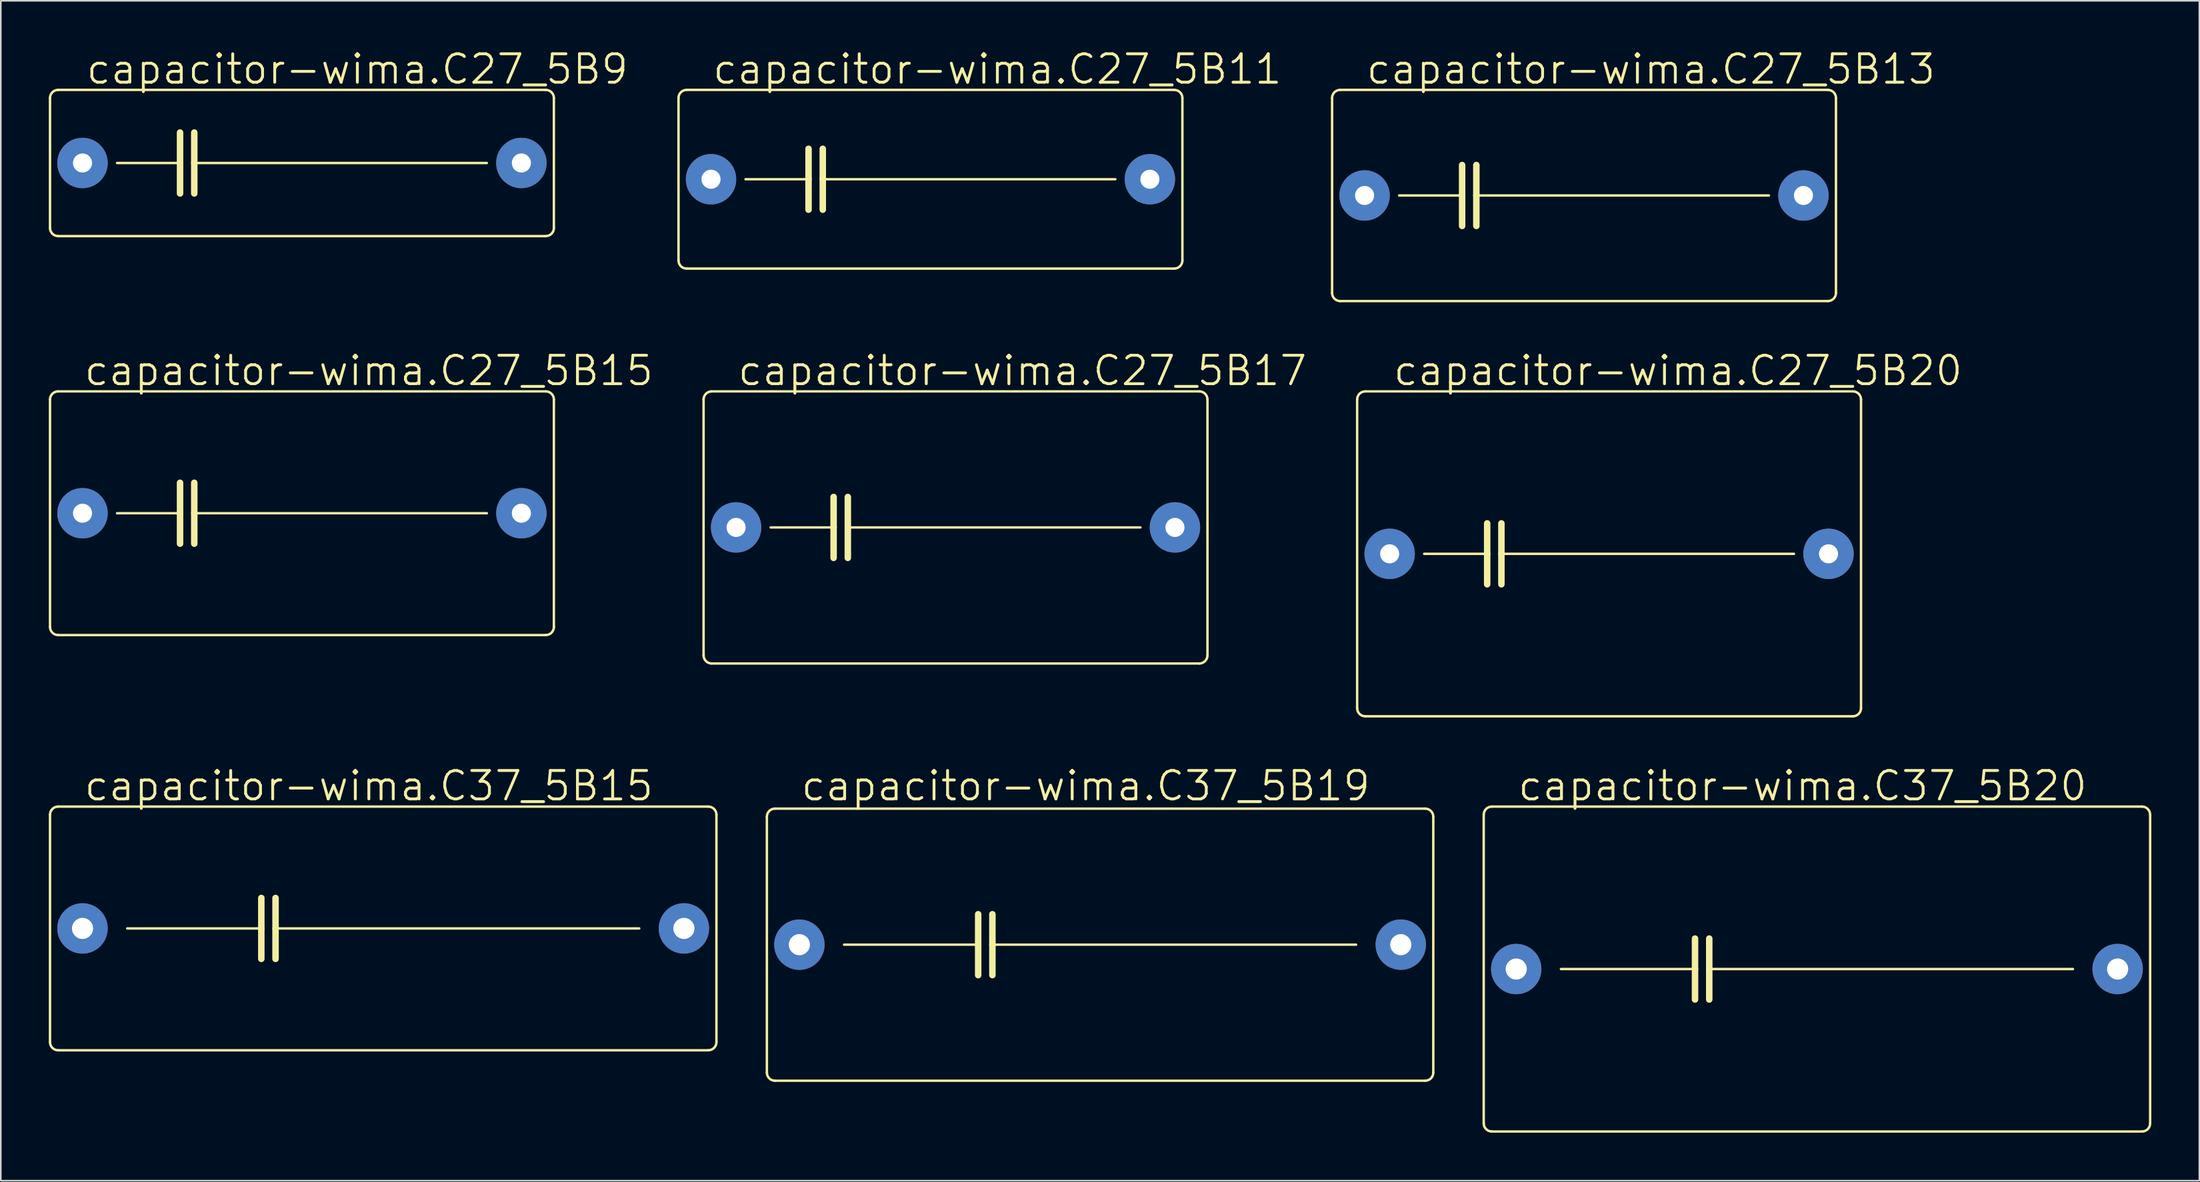
<source format=kicad_pcb>
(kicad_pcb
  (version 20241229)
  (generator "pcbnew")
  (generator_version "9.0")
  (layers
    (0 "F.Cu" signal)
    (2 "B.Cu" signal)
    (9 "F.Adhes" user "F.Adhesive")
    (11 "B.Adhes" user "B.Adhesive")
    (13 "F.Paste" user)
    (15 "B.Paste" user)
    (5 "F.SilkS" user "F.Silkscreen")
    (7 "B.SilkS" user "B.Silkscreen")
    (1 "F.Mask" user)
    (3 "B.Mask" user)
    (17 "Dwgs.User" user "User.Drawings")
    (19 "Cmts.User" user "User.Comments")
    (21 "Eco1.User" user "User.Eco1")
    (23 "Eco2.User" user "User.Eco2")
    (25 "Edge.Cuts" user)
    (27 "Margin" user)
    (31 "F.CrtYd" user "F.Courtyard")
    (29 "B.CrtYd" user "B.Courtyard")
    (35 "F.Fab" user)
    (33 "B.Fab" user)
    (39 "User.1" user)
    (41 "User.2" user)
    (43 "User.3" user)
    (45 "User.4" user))
  (footprint "capacitor-wima.C27_5B20"
    (layer "F.Cu")
    (at 97.529 31.588)
    (property "Reference" "capacitor-wima.C27_5B20" (at -13.589 -10.414 0) (layer "F.SilkS") (effects (font (size 1.778 1.778) (thickness 0.18)) (justify left bottom)))
    (attr through_hole)
    (fp_line (start -15.748 9.652) (end -15.748 -9.652) (stroke (width 0.152) (type default)) (layer "F.SilkS"))
    (fp_line (start -15.24 -10.16) (end 15.24 -10.16) (stroke (width 0.152) (type default)) (layer "F.SilkS"))
    (fp_line (start -11.557 0) (end -7.62 0) (stroke (width 0.152) (type default)) (layer "F.SilkS"))
    (fp_line (start -7.62 -1.905) (end -7.62 0) (stroke (width 0.406) (type default)) (layer "F.SilkS"))
    (fp_line (start -7.62 0) (end -7.62 1.905) (stroke (width 0.406) (type default)) (layer "F.SilkS"))
    (fp_line (start -6.731 -1.905) (end -6.731 0) (stroke (width 0.406) (type default)) (layer "F.SilkS"))
    (fp_line (start -6.731 0) (end -6.731 1.905) (stroke (width 0.406) (type default)) (layer "F.SilkS"))
    (fp_line (start -6.731 0) (end 11.557 0) (stroke (width 0.152) (type default)) (layer "F.SilkS"))
    (fp_line (start 15.24 10.16) (end -15.24 10.16) (stroke (width 0.152) (type default)) (layer "F.SilkS"))
    (fp_line (start 15.748 -9.652) (end 15.748 9.652) (stroke (width 0.152) (type default)) (layer "F.SilkS"))
    (fp_arc (start -15.748 -9.652) (mid -15.59921 -10.01121) (end -15.24 -10.16) (stroke (width 0.1524) (type default)) (layer "F.SilkS"))
    (fp_arc (start -15.24 10.16) (mid -15.59921 10.01121) (end -15.748 9.652) (stroke (width 0.1524) (type default)) (layer "F.SilkS"))
    (fp_arc (start 15.24 -10.16) (mid 15.59921 -10.01121) (end 15.748 -9.652) (stroke (width 0.1524) (type default)) (layer "F.SilkS"))
    (fp_arc (start 15.748 9.652) (mid 15.59921 10.01121) (end 15.24 10.16) (stroke (width 0.1524) (type default)) (layer "F.SilkS"))
    (pad "1" thru_hole circle (at -13.716 0) (size 3.15 3.15) (drill 1.194) (layers "*.Cu" "*.Mask"))
    (pad "2" thru_hole circle (at 13.716 0) (size 3.15 3.15) (drill 1.194) (layers "*.Cu" "*.Mask")))
  (footprint "capacitor-wima.C27_5B13"
    (layer "F.Cu")
    (at 95.963 9.176)
    (property "Reference" "capacitor-wima.C27_5B13" (at -13.716 -6.858 0) (layer "F.SilkS") (effects (font (size 1.778 1.778) (thickness 0.18)) (justify left bottom)))
    (attr through_hole)
    (fp_line (start -15.748 6.096) (end -15.748 -6.096) (stroke (width 0.152) (type default)) (layer "F.SilkS"))
    (fp_line (start -15.24 -6.604) (end 15.24 -6.604) (stroke (width 0.152) (type default)) (layer "F.SilkS"))
    (fp_line (start -11.557 0) (end -7.62 0) (stroke (width 0.152) (type default)) (layer "F.SilkS"))
    (fp_line (start -7.62 -1.905) (end -7.62 0) (stroke (width 0.406) (type default)) (layer "F.SilkS"))
    (fp_line (start -7.62 0) (end -7.62 1.905) (stroke (width 0.406) (type default)) (layer "F.SilkS"))
    (fp_line (start -6.731 -1.905) (end -6.731 0) (stroke (width 0.406) (type default)) (layer "F.SilkS"))
    (fp_line (start -6.731 0) (end -6.731 1.905) (stroke (width 0.406) (type default)) (layer "F.SilkS"))
    (fp_line (start -6.731 0) (end 11.557 0) (stroke (width 0.152) (type default)) (layer "F.SilkS"))
    (fp_line (start 15.24 6.604) (end -15.24 6.604) (stroke (width 0.152) (type default)) (layer "F.SilkS"))
    (fp_line (start 15.748 -6.096) (end 15.748 6.096) (stroke (width 0.152) (type default)) (layer "F.SilkS"))
    (fp_arc (start -15.748 -6.096) (mid -15.59921 -6.45521) (end -15.24 -6.604) (stroke (width 0.1524) (type default)) (layer "F.SilkS"))
    (fp_arc (start -15.24 6.604) (mid -15.59921 6.45521) (end -15.748 6.096) (stroke (width 0.1524) (type default)) (layer "F.SilkS"))
    (fp_arc (start 15.24 -6.604) (mid 15.59921 -6.45521) (end 15.748 -6.096) (stroke (width 0.1524) (type default)) (layer "F.SilkS"))
    (fp_arc (start 15.748 6.096) (mid 15.59921 6.45521) (end 15.24 6.604) (stroke (width 0.1524) (type default)) (layer "F.SilkS"))
    (pad "1" thru_hole circle (at -13.716 0) (size 3.15 3.15) (drill 1.194) (layers "*.Cu" "*.Mask"))
    (pad "2" thru_hole circle (at 13.716 0) (size 3.15 3.15) (drill 1.194) (layers "*.Cu" "*.Mask")))
  (footprint "capacitor-wima.C27_5B17"
    (layer "F.Cu")
    (at 56.677 29.937)
    (property "Reference" "capacitor-wima.C27_5B17" (at -13.716 -8.763 0) (layer "F.SilkS") (effects (font (size 1.778 1.778) (thickness 0.18)) (justify left bottom)))
    (attr through_hole)
    (fp_line (start -15.748 8.001) (end -15.748 -8.001) (stroke (width 0.152) (type default)) (layer "F.SilkS"))
    (fp_line (start -15.24 -8.509) (end 15.24 -8.509) (stroke (width 0.152) (type default)) (layer "F.SilkS"))
    (fp_line (start -11.557 0) (end -7.62 0) (stroke (width 0.152) (type default)) (layer "F.SilkS"))
    (fp_line (start -7.62 -1.905) (end -7.62 0) (stroke (width 0.406) (type default)) (layer "F.SilkS"))
    (fp_line (start -7.62 0) (end -7.62 1.905) (stroke (width 0.406) (type default)) (layer "F.SilkS"))
    (fp_line (start -6.731 -1.905) (end -6.731 0) (stroke (width 0.406) (type default)) (layer "F.SilkS"))
    (fp_line (start -6.731 0) (end -6.731 1.905) (stroke (width 0.406) (type default)) (layer "F.SilkS"))
    (fp_line (start -6.731 0) (end 11.557 0) (stroke (width 0.152) (type default)) (layer "F.SilkS"))
    (fp_line (start 15.24 8.509) (end -15.24 8.509) (stroke (width 0.152) (type default)) (layer "F.SilkS"))
    (fp_line (start 15.748 -8.001) (end 15.748 8.001) (stroke (width 0.152) (type default)) (layer "F.SilkS"))
    (fp_arc (start -15.748 -8.001) (mid -15.59921 -8.36021) (end -15.24 -8.509) (stroke (width 0.1524) (type default)) (layer "F.SilkS"))
    (fp_arc (start -15.24 8.509) (mid -15.59921 8.36021) (end -15.748 8.001) (stroke (width 0.1524) (type default)) (layer "F.SilkS"))
    (fp_arc (start 15.24 -8.509) (mid 15.59921 -8.36021) (end 15.748 -8.001) (stroke (width 0.1524) (type default)) (layer "F.SilkS"))
    (fp_arc (start 15.748 8.001) (mid 15.59921 8.36021) (end 15.24 8.509) (stroke (width 0.1524) (type default)) (layer "F.SilkS"))
    (pad "1" thru_hole circle (at -13.716 0) (size 3.15 3.15) (drill 1.194) (layers "*.Cu" "*.Mask"))
    (pad "2" thru_hole circle (at 13.716 0) (size 3.15 3.15) (drill 1.194) (layers "*.Cu" "*.Mask")))
  (footprint "capacitor-wima.C27_5B11"
    (layer "F.Cu")
    (at 55.11 8.16)
    (property "Reference" "capacitor-wima.C27_5B11" (at -13.716 -5.842 0) (layer "F.SilkS") (effects (font (size 1.778 1.778) (thickness 0.18)) (justify left bottom)))
    (attr through_hole)
    (fp_line (start -15.748 5.08) (end -15.748 -5.08) (stroke (width 0.152) (type default)) (layer "F.SilkS"))
    (fp_line (start -15.24 -5.588) (end 15.24 -5.588) (stroke (width 0.152) (type default)) (layer "F.SilkS"))
    (fp_line (start -11.557 0) (end -7.62 0) (stroke (width 0.152) (type default)) (layer "F.SilkS"))
    (fp_line (start -7.62 -1.905) (end -7.62 0) (stroke (width 0.406) (type default)) (layer "F.SilkS"))
    (fp_line (start -7.62 0) (end -7.62 1.905) (stroke (width 0.406) (type default)) (layer "F.SilkS"))
    (fp_line (start -6.731 -1.905) (end -6.731 0) (stroke (width 0.406) (type default)) (layer "F.SilkS"))
    (fp_line (start -6.731 0) (end -6.731 1.905) (stroke (width 0.406) (type default)) (layer "F.SilkS"))
    (fp_line (start -6.731 0) (end 11.557 0) (stroke (width 0.152) (type default)) (layer "F.SilkS"))
    (fp_line (start 15.24 5.588) (end -15.24 5.588) (stroke (width 0.152) (type default)) (layer "F.SilkS"))
    (fp_line (start 15.748 -5.08) (end 15.748 5.08) (stroke (width 0.152) (type default)) (layer "F.SilkS"))
    (fp_arc (start -15.748 -5.08) (mid -15.59921 -5.43921) (end -15.24 -5.588) (stroke (width 0.1524) (type default)) (layer "F.SilkS"))
    (fp_arc (start -15.24 5.588) (mid -15.59921 5.43921) (end -15.748 5.08) (stroke (width 0.1524) (type default)) (layer "F.SilkS"))
    (fp_arc (start 15.24 -5.588) (mid 15.59921 -5.43921) (end 15.748 -5.08) (stroke (width 0.1524) (type default)) (layer "F.SilkS"))
    (fp_arc (start 15.748 5.08) (mid 15.59921 5.43921) (end 15.24 5.588) (stroke (width 0.1524) (type default)) (layer "F.SilkS"))
    (pad "1" thru_hole circle (at -13.716 0) (size 3.15 3.15) (drill 1.194) (layers "*.Cu" "*.Mask"))
    (pad "2" thru_hole circle (at 13.716 0) (size 3.15 3.15) (drill 1.194) (layers "*.Cu" "*.Mask")))
  (footprint "capacitor-wima.C27_5B9"
    (layer "F.Cu")
    (at 15.824 7.144)
    (property "Reference" "capacitor-wima.C27_5B9" (at -13.589 -4.826 0) (layer "F.SilkS") (effects (font (size 1.778 1.778) (thickness 0.18)) (justify left bottom)))
    (attr through_hole)
    (fp_line (start -15.748 4.064) (end -15.748 -4.064) (stroke (width 0.152) (type default)) (layer "F.SilkS"))
    (fp_line (start -15.24 -4.572) (end 15.24 -4.572) (stroke (width 0.152) (type default)) (layer "F.SilkS"))
    (fp_line (start -11.557 0) (end -7.62 0) (stroke (width 0.152) (type default)) (layer "F.SilkS"))
    (fp_line (start -7.62 -1.905) (end -7.62 0) (stroke (width 0.406) (type default)) (layer "F.SilkS"))
    (fp_line (start -7.62 0) (end -7.62 1.905) (stroke (width 0.406) (type default)) (layer "F.SilkS"))
    (fp_line (start -6.731 -1.905) (end -6.731 0) (stroke (width 0.406) (type default)) (layer "F.SilkS"))
    (fp_line (start -6.731 0) (end -6.731 1.905) (stroke (width 0.406) (type default)) (layer "F.SilkS"))
    (fp_line (start -6.731 0) (end 11.557 0) (stroke (width 0.152) (type default)) (layer "F.SilkS"))
    (fp_line (start 15.24 4.572) (end -15.24 4.572) (stroke (width 0.152) (type default)) (layer "F.SilkS"))
    (fp_line (start 15.748 -4.064) (end 15.748 4.064) (stroke (width 0.152) (type default)) (layer "F.SilkS"))
    (fp_arc (start -15.748 -4.064) (mid -15.59921 -4.42321) (end -15.24 -4.572) (stroke (width 0.1524) (type default)) (layer "F.SilkS"))
    (fp_arc (start -15.24 4.572) (mid -15.59921 4.42321) (end -15.748 4.064) (stroke (width 0.1524) (type default)) (layer "F.SilkS"))
    (fp_arc (start 15.24 -4.572) (mid 15.59921 -4.42321) (end 15.748 -4.064) (stroke (width 0.1524) (type default)) (layer "F.SilkS"))
    (fp_arc (start 15.748 4.064) (mid 15.59921 4.42321) (end 15.24 4.572) (stroke (width 0.1524) (type default)) (layer "F.SilkS"))
    (pad "1" thru_hole circle (at -13.716 0) (size 3.15 3.15) (drill 1.194) (layers "*.Cu" "*.Mask"))
    (pad "2" thru_hole circle (at 13.716 0) (size 3.15 3.15) (drill 1.194) (layers "*.Cu" "*.Mask")))
  (footprint "capacitor-wima.C37_5B15"
    (layer "F.Cu")
    (at 20.904 55.016)
    (property "Reference" "capacitor-wima.C37_5B15" (at -18.796 -7.874 0) (layer "F.SilkS") (effects (font (size 1.778 1.778) (thickness 0.18)) (justify left bottom)))
    (attr through_hole)
    (fp_line (start -20.828 7.112) (end -20.828 -7.112) (stroke (width 0.152) (type default)) (layer "F.SilkS"))
    (fp_line (start -20.32 -7.62) (end 20.32 -7.62) (stroke (width 0.152) (type default)) (layer "F.SilkS"))
    (fp_line (start -16.002 0) (end -7.62 0) (stroke (width 0.152) (type default)) (layer "F.SilkS"))
    (fp_line (start -7.62 -1.905) (end -7.62 0) (stroke (width 0.406) (type default)) (layer "F.SilkS"))
    (fp_line (start -7.62 0) (end -7.62 1.905) (stroke (width 0.406) (type default)) (layer "F.SilkS"))
    (fp_line (start -6.731 -1.905) (end -6.731 0) (stroke (width 0.406) (type default)) (layer "F.SilkS"))
    (fp_line (start -6.731 0) (end -6.731 1.905) (stroke (width 0.406) (type default)) (layer "F.SilkS"))
    (fp_line (start -6.731 0) (end 16.002 0) (stroke (width 0.152) (type default)) (layer "F.SilkS"))
    (fp_line (start 20.32 7.62) (end -20.32 7.62) (stroke (width 0.152) (type default)) (layer "F.SilkS"))
    (fp_line (start 20.828 -7.112) (end 20.828 7.112) (stroke (width 0.152) (type default)) (layer "F.SilkS"))
    (fp_arc (start -20.828 -7.112) (mid -20.67921 -7.47121) (end -20.32 -7.62) (stroke (width 0.1524) (type default)) (layer "F.SilkS"))
    (fp_arc (start -20.32 7.62) (mid -20.67921 7.47121) (end -20.828 7.112) (stroke (width 0.1524) (type default)) (layer "F.SilkS"))
    (fp_arc (start 20.32 -7.62) (mid 20.67921 -7.47121) (end 20.828 -7.112) (stroke (width 0.1524) (type default)) (layer "F.SilkS"))
    (fp_arc (start 20.828 7.112) (mid 20.67921 7.47121) (end 20.32 7.62) (stroke (width 0.1524) (type default)) (layer "F.SilkS"))
    (pad "1" thru_hole circle (at -18.796 0) (size 3.15 3.15) (drill 1.321) (layers "*.Cu" "*.Mask"))
    (pad "2" thru_hole circle (at 18.796 0) (size 3.15 3.15) (drill 1.321) (layers "*.Cu" "*.Mask")))
  (footprint "capacitor-wima.C27_5B15"
    (layer "F.Cu")
    (at 15.824 29.048)
    (property "Reference" "capacitor-wima.C27_5B15" (at -13.716 -7.874 0) (layer "F.SilkS") (effects (font (size 1.778 1.778) (thickness 0.18)) (justify left bottom)))
    (attr through_hole)
    (fp_line (start -15.748 7.112) (end -15.748 -7.112) (stroke (width 0.152) (type default)) (layer "F.SilkS"))
    (fp_line (start -15.24 -7.62) (end 15.24 -7.62) (stroke (width 0.152) (type default)) (layer "F.SilkS"))
    (fp_line (start -11.557 0) (end -7.62 0) (stroke (width 0.152) (type default)) (layer "F.SilkS"))
    (fp_line (start -7.62 -1.905) (end -7.62 0) (stroke (width 0.406) (type default)) (layer "F.SilkS"))
    (fp_line (start -7.62 0) (end -7.62 1.905) (stroke (width 0.406) (type default)) (layer "F.SilkS"))
    (fp_line (start -6.731 -1.905) (end -6.731 0) (stroke (width 0.406) (type default)) (layer "F.SilkS"))
    (fp_line (start -6.731 0) (end -6.731 1.905) (stroke (width 0.406) (type default)) (layer "F.SilkS"))
    (fp_line (start -6.731 0) (end 11.557 0) (stroke (width 0.152) (type default)) (layer "F.SilkS"))
    (fp_line (start 15.24 7.62) (end -15.24 7.62) (stroke (width 0.152) (type default)) (layer "F.SilkS"))
    (fp_line (start 15.748 -7.112) (end 15.748 7.112) (stroke (width 0.152) (type default)) (layer "F.SilkS"))
    (fp_arc (start -15.748 -7.112) (mid -15.59921 -7.47121) (end -15.24 -7.62) (stroke (width 0.1524) (type default)) (layer "F.SilkS"))
    (fp_arc (start -15.24 7.62) (mid -15.59921 7.47121) (end -15.748 7.112) (stroke (width 0.1524) (type default)) (layer "F.SilkS"))
    (fp_arc (start 15.24 -7.62) (mid 15.59921 -7.47121) (end 15.748 -7.112) (stroke (width 0.1524) (type default)) (layer "F.SilkS"))
    (fp_arc (start 15.748 7.112) (mid 15.59921 7.47121) (end 15.24 7.62) (stroke (width 0.1524) (type default)) (layer "F.SilkS"))
    (pad "1" thru_hole circle (at -13.716 0) (size 3.15 3.15) (drill 1.194) (layers "*.Cu" "*.Mask"))
    (pad "2" thru_hole circle (at 13.716 0) (size 3.15 3.15) (drill 1.194) (layers "*.Cu" "*.Mask")))
  (footprint "capacitor-wima.C37_5B19"
    (layer "F.Cu")
    (at 65.713 56.032)
    (property "Reference" "capacitor-wima.C37_5B19" (at -18.796 -8.89 0) (layer "F.SilkS") (effects (font (size 1.778 1.778) (thickness 0.18)) (justify left bottom)))
    (attr through_hole)
    (fp_line (start -20.828 8.001) (end -20.828 -8.001) (stroke (width 0.152) (type default)) (layer "F.SilkS"))
    (fp_line (start -20.32 -8.509) (end 20.32 -8.509) (stroke (width 0.152) (type default)) (layer "F.SilkS"))
    (fp_line (start -16.002 0) (end -7.62 0) (stroke (width 0.152) (type default)) (layer "F.SilkS"))
    (fp_line (start -7.62 -1.905) (end -7.62 0) (stroke (width 0.406) (type default)) (layer "F.SilkS"))
    (fp_line (start -7.62 0) (end -7.62 1.905) (stroke (width 0.406) (type default)) (layer "F.SilkS"))
    (fp_line (start -6.731 -1.905) (end -6.731 0) (stroke (width 0.406) (type default)) (layer "F.SilkS"))
    (fp_line (start -6.731 0) (end -6.731 1.905) (stroke (width 0.406) (type default)) (layer "F.SilkS"))
    (fp_line (start -6.731 0) (end 16.002 0) (stroke (width 0.152) (type default)) (layer "F.SilkS"))
    (fp_line (start 20.32 8.509) (end -20.32 8.509) (stroke (width 0.152) (type default)) (layer "F.SilkS"))
    (fp_line (start 20.828 -8.001) (end 20.828 8.001) (stroke (width 0.152) (type default)) (layer "F.SilkS"))
    (fp_arc (start -20.828 -8.001) (mid -20.67921 -8.36021) (end -20.32 -8.509) (stroke (width 0.1524) (type default)) (layer "F.SilkS"))
    (fp_arc (start -20.32 8.509) (mid -20.67921 8.36021) (end -20.828 8.001) (stroke (width 0.1524) (type default)) (layer "F.SilkS"))
    (fp_arc (start 20.32 -8.509) (mid 20.67921 -8.36021) (end 20.828 -8.001) (stroke (width 0.1524) (type default)) (layer "F.SilkS"))
    (fp_arc (start 20.828 8.001) (mid 20.67921 8.36021) (end 20.32 8.509) (stroke (width 0.1524) (type default)) (layer "F.SilkS"))
    (pad "1" thru_hole circle (at -18.796 0) (size 3.15 3.15) (drill 1.321) (layers "*.Cu" "*.Mask"))
    (pad "2" thru_hole circle (at 18.796 0) (size 3.15 3.15) (drill 1.321) (layers "*.Cu" "*.Mask")))
  (footprint "capacitor-wima.C37_5B20"
    (layer "F.Cu")
    (at 110.521 57.556)
    (property "Reference" "capacitor-wima.C37_5B20" (at -18.796 -10.414 0) (layer "F.SilkS") (effects (font (size 1.778 1.778) (thickness 0.18)) (justify left bottom)))
    (attr through_hole)
    (fp_line (start -20.828 9.652) (end -20.828 -9.652) (stroke (width 0.152) (type default)) (layer "F.SilkS"))
    (fp_line (start -20.32 -10.16) (end 20.32 -10.16) (stroke (width 0.152) (type default)) (layer "F.SilkS"))
    (fp_line (start -16.002 0) (end -7.62 0) (stroke (width 0.152) (type default)) (layer "F.SilkS"))
    (fp_line (start -7.62 -1.905) (end -7.62 0) (stroke (width 0.406) (type default)) (layer "F.SilkS"))
    (fp_line (start -7.62 0) (end -7.62 1.905) (stroke (width 0.406) (type default)) (layer "F.SilkS"))
    (fp_line (start -6.731 -1.905) (end -6.731 0) (stroke (width 0.406) (type default)) (layer "F.SilkS"))
    (fp_line (start -6.731 0) (end -6.731 1.905) (stroke (width 0.406) (type default)) (layer "F.SilkS"))
    (fp_line (start -6.731 0) (end 16.002 0) (stroke (width 0.152) (type default)) (layer "F.SilkS"))
    (fp_line (start 20.32 10.16) (end -20.32 10.16) (stroke (width 0.152) (type default)) (layer "F.SilkS"))
    (fp_line (start 20.828 -9.652) (end 20.828 9.652) (stroke (width 0.152) (type default)) (layer "F.SilkS"))
    (fp_arc (start -20.828 -9.652) (mid -20.67921 -10.01121) (end -20.32 -10.16) (stroke (width 0.1524) (type default)) (layer "F.SilkS"))
    (fp_arc (start -20.32 10.16) (mid -20.67921 10.01121) (end -20.828 9.652) (stroke (width 0.1524) (type default)) (layer "F.SilkS"))
    (fp_arc (start 20.32 -10.16) (mid 20.67921 -10.01121) (end 20.828 -9.652) (stroke (width 0.1524) (type default)) (layer "F.SilkS"))
    (fp_arc (start 20.828 9.652) (mid 20.67921 10.01121) (end 20.32 10.16) (stroke (width 0.1524) (type default)) (layer "F.SilkS"))
    (pad "1" thru_hole circle (at -18.796 0) (size 3.15 3.15) (drill 1.321) (layers "*.Cu" "*.Mask"))
    (pad "2" thru_hole circle (at 18.796 0) (size 3.15 3.15) (drill 1.321) (layers "*.Cu" "*.Mask")))
  (gr_rect
    (start -3 -3)
    (end 134.425 70.793)
    (stroke (width 0.1) (type default))
    (fill no)
    (layer "Edge.Cuts")))
</source>
